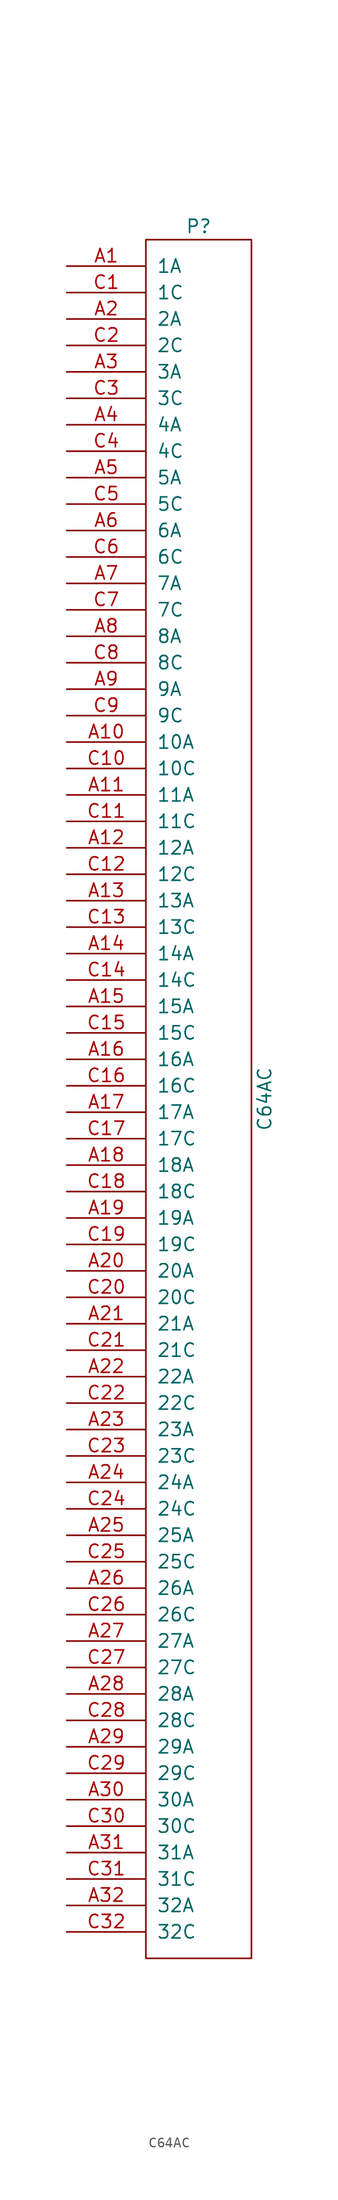
<source format=kicad_sym>
(kicad_symbol_lib
  (version 20231120)
  (generator "kicad_symbol_editor")
  (generator_version "8.0")
  (symbol "C64AC"
    (pin_names
      (offset 1.016))
    (property "Reference" "P"
      (at 0 83.82 0)
      (effects (font (size 1.27 1.27))))
    (property "Value" "C64AC"
      (at 6.35 0 90)
      (effects (font (size 1.27 1.27))))
    (property "Footprint" ""
      (at 0 0 0)
      (effects (font (size 1.27 1.27))))
    (property "Datasheet" ""
      (at 0 0 0)
      (effects (font (size 1.27 1.27))))
    (symbol "C64AC_0_1"
      (rectangle (start -5.08 -82.55) (end 5.08 82.55) (stroke (width 0) (type solid)) (fill (type none))))
    (symbol "C64AC_1_1"
      (pin passive line (at -12.7 80.01 0) (length 7.62) (name "1A" (effects (font (size 1.27 1.27)))) (number "A1" (effects (font (size 1.27 1.27)))))
      (pin passive line (at -12.7 34.29 0) (length 7.62) (name "10A" (effects (font (size 1.27 1.27)))) (number "A10" (effects (font (size 1.27 1.27)))))
      (pin passive line (at -12.7 29.21 0) (length 7.62) (name "11A" (effects (font (size 1.27 1.27)))) (number "A11" (effects (font (size 1.27 1.27)))))
      (pin passive line (at -12.7 24.13 0) (length 7.62) (name "12A" (effects (font (size 1.27 1.27)))) (number "A12" (effects (font (size 1.27 1.27)))))
      (pin passive line (at -12.7 19.05 0) (length 7.62) (name "13A" (effects (font (size 1.27 1.27)))) (number "A13" (effects (font (size 1.27 1.27)))))
      (pin passive line (at -12.7 13.97 0) (length 7.62) (name "14A" (effects (font (size 1.27 1.27)))) (number "A14" (effects (font (size 1.27 1.27)))))
      (pin passive line (at -12.7 8.89 0) (length 7.62) (name "15A" (effects (font (size 1.27 1.27)))) (number "A15" (effects (font (size 1.27 1.27)))))
      (pin passive line (at -12.7 3.81 0) (length 7.62) (name "16A" (effects (font (size 1.27 1.27)))) (number "A16" (effects (font (size 1.27 1.27)))))
      (pin passive line (at -12.7 -1.27 0) (length 7.62) (name "17A" (effects (font (size 1.27 1.27)))) (number "A17" (effects (font (size 1.27 1.27)))))
      (pin passive line (at -12.7 -6.35 0) (length 7.62) (name "18A" (effects (font (size 1.27 1.27)))) (number "A18" (effects (font (size 1.27 1.27)))))
      (pin passive line (at -12.7 -11.43 0) (length 7.62) (name "19A" (effects (font (size 1.27 1.27)))) (number "A19" (effects (font (size 1.27 1.27)))))
      (pin passive line (at -12.7 74.93 0) (length 7.62) (name "2A" (effects (font (size 1.27 1.27)))) (number "A2" (effects (font (size 1.27 1.27)))))
      (pin passive line (at -12.7 -16.51 0) (length 7.62) (name "20A" (effects (font (size 1.27 1.27)))) (number "A20" (effects (font (size 1.27 1.27)))))
      (pin passive line (at -12.7 -21.59 0) (length 7.62) (name "21A" (effects (font (size 1.27 1.27)))) (number "A21" (effects (font (size 1.27 1.27)))))
      (pin passive line (at -12.7 -26.67 0) (length 7.62) (name "22A" (effects (font (size 1.27 1.27)))) (number "A22" (effects (font (size 1.27 1.27)))))
      (pin passive line (at -12.7 -31.75 0) (length 7.62) (name "23A" (effects (font (size 1.27 1.27)))) (number "A23" (effects (font (size 1.27 1.27)))))
      (pin passive line (at -12.7 -36.83 0) (length 7.62) (name "24A" (effects (font (size 1.27 1.27)))) (number "A24" (effects (font (size 1.27 1.27)))))
      (pin passive line (at -12.7 -41.91 0) (length 7.62) (name "25A" (effects (font (size 1.27 1.27)))) (number "A25" (effects (font (size 1.27 1.27)))))
      (pin passive line (at -12.7 -46.99 0) (length 7.62) (name "26A" (effects (font (size 1.27 1.27)))) (number "A26" (effects (font (size 1.27 1.27)))))
      (pin passive line (at -12.7 -52.07 0) (length 7.62) (name "27A" (effects (font (size 1.27 1.27)))) (number "A27" (effects (font (size 1.27 1.27)))))
      (pin passive line (at -12.7 -57.15 0) (length 7.62) (name "28A" (effects (font (size 1.27 1.27)))) (number "A28" (effects (font (size 1.27 1.27)))))
      (pin passive line (at -12.7 -62.23 0) (length 7.62) (name "29A" (effects (font (size 1.27 1.27)))) (number "A29" (effects (font (size 1.27 1.27)))))
      (pin passive line (at -12.7 69.85 0) (length 7.62) (name "3A" (effects (font (size 1.27 1.27)))) (number "A3" (effects (font (size 1.27 1.27)))))
      (pin passive line (at -12.7 -67.31 0) (length 7.62) (name "30A" (effects (font (size 1.27 1.27)))) (number "A30" (effects (font (size 1.27 1.27)))))
      (pin passive line (at -12.7 -72.39 0) (length 7.62) (name "31A" (effects (font (size 1.27 1.27)))) (number "A31" (effects (font (size 1.27 1.27)))))
      (pin passive line (at -12.7 -77.47 0) (length 7.62) (name "32A" (effects (font (size 1.27 1.27)))) (number "A32" (effects (font (size 1.27 1.27)))))
      (pin passive line (at -12.7 64.77 0) (length 7.62) (name "4A" (effects (font (size 1.27 1.27)))) (number "A4" (effects (font (size 1.27 1.27)))))
      (pin passive line (at -12.7 59.69 0) (length 7.62) (name "5A" (effects (font (size 1.27 1.27)))) (number "A5" (effects (font (size 1.27 1.27)))))
      (pin passive line (at -12.7 54.61 0) (length 7.62) (name "6A" (effects (font (size 1.27 1.27)))) (number "A6" (effects (font (size 1.27 1.27)))))
      (pin passive line (at -12.7 49.53 0) (length 7.62) (name "7A" (effects (font (size 1.27 1.27)))) (number "A7" (effects (font (size 1.27 1.27)))))
      (pin passive line (at -12.7 44.45 0) (length 7.62) (name "8A" (effects (font (size 1.27 1.27)))) (number "A8" (effects (font (size 1.27 1.27)))))
      (pin passive line (at -12.7 39.37 0) (length 7.62) (name "9A" (effects (font (size 1.27 1.27)))) (number "A9" (effects (font (size 1.27 1.27)))))
      (pin passive line (at -12.7 77.47 0) (length 7.62) (name "1C" (effects (font (size 1.27 1.27)))) (number "C1" (effects (font (size 1.27 1.27)))))
      (pin passive line (at -12.7 31.75 0) (length 7.62) (name "10C" (effects (font (size 1.27 1.27)))) (number "C10" (effects (font (size 1.27 1.27)))))
      (pin passive line (at -12.7 26.67 0) (length 7.62) (name "11C" (effects (font (size 1.27 1.27)))) (number "C11" (effects (font (size 1.27 1.27)))))
      (pin passive line (at -12.7 21.59 0) (length 7.62) (name "12C" (effects (font (size 1.27 1.27)))) (number "C12" (effects (font (size 1.27 1.27)))))
      (pin passive line (at -12.7 16.51 0) (length 7.62) (name "13C" (effects (font (size 1.27 1.27)))) (number "C13" (effects (font (size 1.27 1.27)))))
      (pin passive line (at -12.7 11.43 0) (length 7.62) (name "14C" (effects (font (size 1.27 1.27)))) (number "C14" (effects (font (size 1.27 1.27)))))
      (pin passive line (at -12.7 6.35 0) (length 7.62) (name "15C" (effects (font (size 1.27 1.27)))) (number "C15" (effects (font (size 1.27 1.27)))))
      (pin passive line (at -12.7 1.27 0) (length 7.62) (name "16C" (effects (font (size 1.27 1.27)))) (number "C16" (effects (font (size 1.27 1.27)))))
      (pin passive line (at -12.7 -3.81 0) (length 7.62) (name "17C" (effects (font (size 1.27 1.27)))) (number "C17" (effects (font (size 1.27 1.27)))))
      (pin passive line (at -12.7 -8.89 0) (length 7.62) (name "18C" (effects (font (size 1.27 1.27)))) (number "C18" (effects (font (size 1.27 1.27)))))
      (pin passive line (at -12.7 -13.97 0) (length 7.62) (name "19C" (effects (font (size 1.27 1.27)))) (number "C19" (effects (font (size 1.27 1.27)))))
      (pin passive line (at -12.7 72.39 0) (length 7.62) (name "2C" (effects (font (size 1.27 1.27)))) (number "C2" (effects (font (size 1.27 1.27)))))
      (pin passive line (at -12.7 -19.05 0) (length 7.62) (name "20C" (effects (font (size 1.27 1.27)))) (number "C20" (effects (font (size 1.27 1.27)))))
      (pin passive line (at -12.7 -24.13 0) (length 7.62) (name "21C" (effects (font (size 1.27 1.27)))) (number "C21" (effects (font (size 1.27 1.27)))))
      (pin passive line (at -12.7 -29.21 0) (length 7.62) (name "22C" (effects (font (size 1.27 1.27)))) (number "C22" (effects (font (size 1.27 1.27)))))
      (pin passive line (at -12.7 -34.29 0) (length 7.62) (name "23C" (effects (font (size 1.27 1.27)))) (number "C23" (effects (font (size 1.27 1.27)))))
      (pin passive line (at -12.7 -39.37 0) (length 7.62) (name "24C" (effects (font (size 1.27 1.27)))) (number "C24" (effects (font (size 1.27 1.27)))))
      (pin passive line (at -12.7 -44.45 0) (length 7.62) (name "25C" (effects (font (size 1.27 1.27)))) (number "C25" (effects (font (size 1.27 1.27)))))
      (pin passive line (at -12.7 -49.53 0) (length 7.62) (name "26C" (effects (font (size 1.27 1.27)))) (number "C26" (effects (font (size 1.27 1.27)))))
      (pin passive line (at -12.7 -54.61 0) (length 7.62) (name "27C" (effects (font (size 1.27 1.27)))) (number "C27" (effects (font (size 1.27 1.27)))))
      (pin passive line (at -12.7 -59.69 0) (length 7.62) (name "28C" (effects (font (size 1.27 1.27)))) (number "C28" (effects (font (size 1.27 1.27)))))
      (pin passive line (at -12.7 -64.77 0) (length 7.62) (name "29C" (effects (font (size 1.27 1.27)))) (number "C29" (effects (font (size 1.27 1.27)))))
      (pin passive line (at -12.7 67.31 0) (length 7.62) (name "3C" (effects (font (size 1.27 1.27)))) (number "C3" (effects (font (size 1.27 1.27)))))
      (pin passive line (at -12.7 -69.85 0) (length 7.62) (name "30C" (effects (font (size 1.27 1.27)))) (number "C30" (effects (font (size 1.27 1.27)))))
      (pin passive line (at -12.7 -74.93 0) (length 7.62) (name "31C" (effects (font (size 1.27 1.27)))) (number "C31" (effects (font (size 1.27 1.27)))))
      (pin passive line (at -12.7 -80.01 0) (length 7.62) (name "32C" (effects (font (size 1.27 1.27)))) (number "C32" (effects (font (size 1.27 1.27)))))
      (pin passive line (at -12.7 62.23 0) (length 7.62) (name "4C" (effects (font (size 1.27 1.27)))) (number "C4" (effects (font (size 1.27 1.27)))))
      (pin passive line (at -12.7 57.15 0) (length 7.62) (name "5C" (effects (font (size 1.27 1.27)))) (number "C5" (effects (font (size 1.27 1.27)))))
      (pin passive line (at -12.7 52.07 0) (length 7.62) (name "6C" (effects (font (size 1.27 1.27)))) (number "C6" (effects (font (size 1.27 1.27)))))
      (pin passive line (at -12.7 46.99 0) (length 7.62) (name "7C" (effects (font (size 1.27 1.27)))) (number "C7" (effects (font (size 1.27 1.27)))))
      (pin passive line (at -12.7 41.91 0) (length 7.62) (name "8C" (effects (font (size 1.27 1.27)))) (number "C8" (effects (font (size 1.27 1.27)))))
      (pin passive line (at -12.7 36.83 0) (length 7.62) (name "9C" (effects (font (size 1.27 1.27)))) (number "C9" (effects (font (size 1.27 1.27))))))))
</source>
